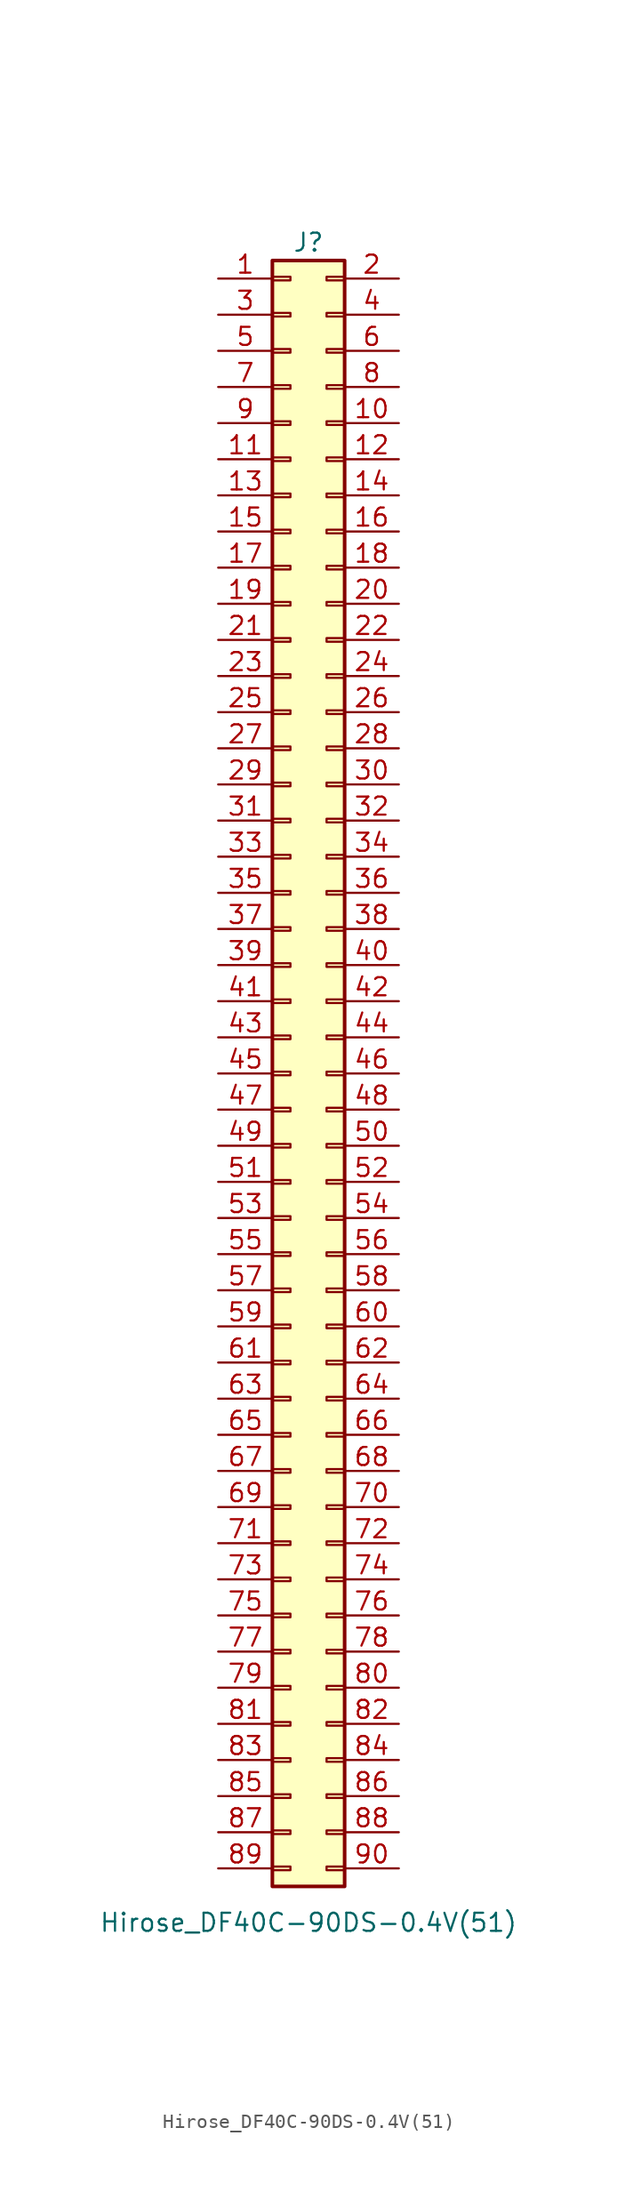
<source format=kicad_sym>
(kicad_symbol_lib
  (version 20210619)
  (generator kicad_symbol_editor)
  (symbol "Hirose_DF40C-90DS-0.4V(51)"
    (pin_names
      (offset 1.016) hide)
    (property "Reference" "J"
      (at 0 58.42 0)
      (effects (font (size 1.27 1.27))))
    (property "Value" "Hirose_DF40C-90DS-0.4V(51)"
      (at 0 -59.69 0)
      (effects (font (size 1.27 1.27))))
    (symbol "Hirose_DF40C-90DS-0.4V(51)_1_1"
      (rectangle (start -2.54 -55.753) (end -1.27 -56.007) (stroke (width 0.152)) (fill (type none)))
      (rectangle (start -2.54 -53.213) (end -1.27 -53.467) (stroke (width 0.152)) (fill (type none)))
      (rectangle (start -2.54 -50.673) (end -1.27 -50.927) (stroke (width 0.152)) (fill (type none)))
      (rectangle (start -2.54 -48.133) (end -1.27 -48.387) (stroke (width 0.152)) (fill (type none)))
      (rectangle (start -2.54 -45.593) (end -1.27 -45.847) (stroke (width 0.152)) (fill (type none)))
      (rectangle (start -2.54 -43.053) (end -1.27 -43.307) (stroke (width 0.152)) (fill (type none)))
      (rectangle (start -2.54 -40.513) (end -1.27 -40.767) (stroke (width 0.152)) (fill (type none)))
      (rectangle (start -2.54 -37.973) (end -1.27 -38.227) (stroke (width 0.152)) (fill (type none)))
      (rectangle (start -2.54 -35.433) (end -1.27 -35.687) (stroke (width 0.152)) (fill (type none)))
      (rectangle (start -2.54 -32.893) (end -1.27 -33.147) (stroke (width 0.152)) (fill (type none)))
      (rectangle (start -2.54 -30.353) (end -1.27 -30.607) (stroke (width 0.152)) (fill (type none)))
      (rectangle (start -2.54 -27.813) (end -1.27 -28.067) (stroke (width 0.152)) (fill (type none)))
      (rectangle (start -2.54 -25.273) (end -1.27 -25.527) (stroke (width 0.152)) (fill (type none)))
      (rectangle (start -2.54 -22.733) (end -1.27 -22.987) (stroke (width 0.152)) (fill (type none)))
      (rectangle (start -2.54 -20.193) (end -1.27 -20.447) (stroke (width 0.152)) (fill (type none)))
      (rectangle (start -2.54 -17.653) (end -1.27 -17.907) (stroke (width 0.152)) (fill (type none)))
      (rectangle (start -2.54 -15.113) (end -1.27 -15.367) (stroke (width 0.152)) (fill (type none)))
      (rectangle (start -2.54 -12.573) (end -1.27 -12.827) (stroke (width 0.152)) (fill (type none)))
      (rectangle (start -2.54 -10.033) (end -1.27 -10.287) (stroke (width 0.152)) (fill (type none)))
      (rectangle (start -2.54 -7.493) (end -1.27 -7.747) (stroke (width 0.152)) (fill (type none)))
      (rectangle (start -2.54 -4.953) (end -1.27 -5.207) (stroke (width 0.152)) (fill (type none)))
      (rectangle (start -2.54 -2.413) (end -1.27 -2.667) (stroke (width 0.152)) (fill (type none)))
      (rectangle (start -2.54 0.127) (end -1.27 -0.127) (stroke (width 0.152)) (fill (type none)))
      (rectangle (start -2.54 2.667) (end -1.27 2.413) (stroke (width 0.152)) (fill (type none)))
      (rectangle (start -2.54 5.207) (end -1.27 4.953) (stroke (width 0.152)) (fill (type none)))
      (rectangle (start -2.54 7.747) (end -1.27 7.493) (stroke (width 0.152)) (fill (type none)))
      (rectangle (start -2.54 10.287) (end -1.27 10.033) (stroke (width 0.152)) (fill (type none)))
      (rectangle (start -2.54 12.827) (end -1.27 12.573) (stroke (width 0.152)) (fill (type none)))
      (rectangle (start -2.54 15.367) (end -1.27 15.113) (stroke (width 0.152)) (fill (type none)))
      (rectangle (start -2.54 17.907) (end -1.27 17.653) (stroke (width 0.152)) (fill (type none)))
      (rectangle (start -2.54 20.447) (end -1.27 20.193) (stroke (width 0.152)) (fill (type none)))
      (rectangle (start -2.54 22.987) (end -1.27 22.733) (stroke (width 0.152)) (fill (type none)))
      (rectangle (start -2.54 25.527) (end -1.27 25.273) (stroke (width 0.152)) (fill (type none)))
      (rectangle (start -2.54 28.067) (end -1.27 27.813) (stroke (width 0.152)) (fill (type none)))
      (rectangle (start -2.54 30.607) (end -1.27 30.353) (stroke (width 0.152)) (fill (type none)))
      (rectangle (start -2.54 33.147) (end -1.27 32.893) (stroke (width 0.152)) (fill (type none)))
      (rectangle (start -2.54 35.687) (end -1.27 35.433) (stroke (width 0.152)) (fill (type none)))
      (rectangle (start -2.54 38.227) (end -1.27 37.973) (stroke (width 0.152)) (fill (type none)))
      (rectangle (start -2.54 40.767) (end -1.27 40.513) (stroke (width 0.152)) (fill (type none)))
      (rectangle (start -2.54 43.307) (end -1.27 43.053) (stroke (width 0.152)) (fill (type none)))
      (rectangle (start -2.54 45.847) (end -1.27 45.593) (stroke (width 0.152)) (fill (type none)))
      (rectangle (start -2.54 48.387) (end -1.27 48.133) (stroke (width 0.152)) (fill (type none)))
      (rectangle (start -2.54 50.927) (end -1.27 50.673) (stroke (width 0.152)) (fill (type none)))
      (rectangle (start -2.54 53.467) (end -1.27 53.213) (stroke (width 0.152)) (fill (type none)))
      (rectangle (start -2.54 56.007) (end -1.27 55.753) (stroke (width 0.152)) (fill (type none)))
      (rectangle (start 2.54 -55.753) (end 1.27 -56.007) (stroke (width 0.152)) (fill (type none)))
      (rectangle (start 2.54 -53.213) (end 1.27 -53.467) (stroke (width 0.152)) (fill (type none)))
      (rectangle (start 2.54 -50.673) (end 1.27 -50.927) (stroke (width 0.152)) (fill (type none)))
      (rectangle (start 2.54 -48.133) (end 1.27 -48.387) (stroke (width 0.152)) (fill (type none)))
      (rectangle (start 2.54 -45.593) (end 1.27 -45.847) (stroke (width 0.152)) (fill (type none)))
      (rectangle (start 2.54 -43.053) (end 1.27 -43.307) (stroke (width 0.152)) (fill (type none)))
      (rectangle (start 2.54 -40.513) (end 1.27 -40.767) (stroke (width 0.152)) (fill (type none)))
      (rectangle (start 2.54 -37.973) (end 1.27 -38.227) (stroke (width 0.152)) (fill (type none)))
      (rectangle (start 2.54 -35.433) (end 1.27 -35.687) (stroke (width 0.152)) (fill (type none)))
      (rectangle (start 2.54 -32.893) (end 1.27 -33.147) (stroke (width 0.152)) (fill (type none)))
      (rectangle (start 2.54 -30.353) (end 1.27 -30.607) (stroke (width 0.152)) (fill (type none)))
      (rectangle (start 2.54 -27.813) (end 1.27 -28.067) (stroke (width 0.152)) (fill (type none)))
      (rectangle (start 2.54 -25.273) (end 1.27 -25.527) (stroke (width 0.152)) (fill (type none)))
      (rectangle (start 2.54 -22.733) (end 1.27 -22.987) (stroke (width 0.152)) (fill (type none)))
      (rectangle (start 2.54 -20.193) (end 1.27 -20.447) (stroke (width 0.152)) (fill (type none)))
      (rectangle (start 2.54 -17.653) (end 1.27 -17.907) (stroke (width 0.152)) (fill (type none)))
      (rectangle (start 2.54 -15.113) (end 1.27 -15.367) (stroke (width 0.152)) (fill (type none)))
      (rectangle (start 2.54 -12.573) (end 1.27 -12.827) (stroke (width 0.152)) (fill (type none)))
      (rectangle (start 2.54 -10.033) (end 1.27 -10.287) (stroke (width 0.152)) (fill (type none)))
      (rectangle (start 2.54 -7.493) (end 1.27 -7.747) (stroke (width 0.152)) (fill (type none)))
      (rectangle (start 2.54 -4.953) (end 1.27 -5.207) (stroke (width 0.152)) (fill (type none)))
      (rectangle (start 2.54 -2.413) (end 1.27 -2.667) (stroke (width 0.152)) (fill (type none)))
      (rectangle (start 2.54 0.127) (end 1.27 -0.127) (stroke (width 0.152)) (fill (type none)))
      (rectangle (start 2.54 2.667) (end 1.27 2.413) (stroke (width 0.152)) (fill (type none)))
      (rectangle (start 2.54 5.207) (end 1.27 4.953) (stroke (width 0.152)) (fill (type none)))
      (rectangle (start 2.54 7.747) (end 1.27 7.493) (stroke (width 0.152)) (fill (type none)))
      (rectangle (start 2.54 10.287) (end 1.27 10.033) (stroke (width 0.152)) (fill (type none)))
      (rectangle (start 2.54 12.827) (end 1.27 12.573) (stroke (width 0.152)) (fill (type none)))
      (rectangle (start 2.54 15.367) (end 1.27 15.113) (stroke (width 0.152)) (fill (type none)))
      (rectangle (start 2.54 17.907) (end 1.27 17.653) (stroke (width 0.152)) (fill (type none)))
      (rectangle (start 2.54 20.447) (end 1.27 20.193) (stroke (width 0.152)) (fill (type none)))
      (rectangle (start 2.54 22.987) (end 1.27 22.733) (stroke (width 0.152)) (fill (type none)))
      (rectangle (start 2.54 25.527) (end 1.27 25.273) (stroke (width 0.152)) (fill (type none)))
      (rectangle (start 2.54 28.067) (end 1.27 27.813) (stroke (width 0.152)) (fill (type none)))
      (rectangle (start 2.54 30.607) (end 1.27 30.353) (stroke (width 0.152)) (fill (type none)))
      (rectangle (start 2.54 33.147) (end 1.27 32.893) (stroke (width 0.152)) (fill (type none)))
      (rectangle (start 2.54 35.687) (end 1.27 35.433) (stroke (width 0.152)) (fill (type none)))
      (rectangle (start 2.54 38.227) (end 1.27 37.973) (stroke (width 0.152)) (fill (type none)))
      (rectangle (start 2.54 40.767) (end 1.27 40.513) (stroke (width 0.152)) (fill (type none)))
      (rectangle (start 2.54 43.307) (end 1.27 43.053) (stroke (width 0.152)) (fill (type none)))
      (rectangle (start 2.54 45.847) (end 1.27 45.593) (stroke (width 0.152)) (fill (type none)))
      (rectangle (start 2.54 48.387) (end 1.27 48.133) (stroke (width 0.152)) (fill (type none)))
      (rectangle (start 2.54 50.927) (end 1.27 50.673) (stroke (width 0.152)) (fill (type none)))
      (rectangle (start 2.54 53.467) (end 1.27 53.213) (stroke (width 0.152)) (fill (type none)))
      (rectangle (start 2.54 56.007) (end 1.27 55.753) (stroke (width 0.152)) (fill (type none)))
      (rectangle (start -2.54 57.15) (end 2.54 -57.15) (stroke (width 0.254)) (fill (type background)))
      (pin passive line (at -6.35 55.88 0) (length 3.81) (name "Pin_1" (effects (font (size 1.27 1.27)))) (number "1" (effects (font (size 1.27 1.27)))))
      (pin passive line (at 6.35 45.72 180) (length 3.81) (name "Pin_10" (effects (font (size 1.27 1.27)))) (number "10" (effects (font (size 1.27 1.27)))))
      (pin passive line (at -6.35 43.18 0) (length 3.81) (name "Pin_11" (effects (font (size 1.27 1.27)))) (number "11" (effects (font (size 1.27 1.27)))))
      (pin passive line (at 6.35 43.18 180) (length 3.81) (name "Pin_12" (effects (font (size 1.27 1.27)))) (number "12" (effects (font (size 1.27 1.27)))))
      (pin passive line (at -6.35 40.64 0) (length 3.81) (name "Pin_13" (effects (font (size 1.27 1.27)))) (number "13" (effects (font (size 1.27 1.27)))))
      (pin passive line (at 6.35 40.64 180) (length 3.81) (name "Pin_14" (effects (font (size 1.27 1.27)))) (number "14" (effects (font (size 1.27 1.27)))))
      (pin passive line (at -6.35 38.1 0) (length 3.81) (name "Pin_15" (effects (font (size 1.27 1.27)))) (number "15" (effects (font (size 1.27 1.27)))))
      (pin passive line (at 6.35 38.1 180) (length 3.81) (name "Pin_16" (effects (font (size 1.27 1.27)))) (number "16" (effects (font (size 1.27 1.27)))))
      (pin passive line (at -6.35 35.56 0) (length 3.81) (name "Pin_17" (effects (font (size 1.27 1.27)))) (number "17" (effects (font (size 1.27 1.27)))))
      (pin passive line (at 6.35 35.56 180) (length 3.81) (name "Pin_18" (effects (font (size 1.27 1.27)))) (number "18" (effects (font (size 1.27 1.27)))))
      (pin passive line (at -6.35 33.02 0) (length 3.81) (name "Pin_19" (effects (font (size 1.27 1.27)))) (number "19" (effects (font (size 1.27 1.27)))))
      (pin passive line (at 6.35 55.88 180) (length 3.81) (name "Pin_2" (effects (font (size 1.27 1.27)))) (number "2" (effects (font (size 1.27 1.27)))))
      (pin passive line (at 6.35 33.02 180) (length 3.81) (name "Pin_20" (effects (font (size 1.27 1.27)))) (number "20" (effects (font (size 1.27 1.27)))))
      (pin passive line (at -6.35 30.48 0) (length 3.81) (name "Pin_21" (effects (font (size 1.27 1.27)))) (number "21" (effects (font (size 1.27 1.27)))))
      (pin passive line (at 6.35 30.48 180) (length 3.81) (name "Pin_22" (effects (font (size 1.27 1.27)))) (number "22" (effects (font (size 1.27 1.27)))))
      (pin passive line (at -6.35 27.94 0) (length 3.81) (name "Pin_23" (effects (font (size 1.27 1.27)))) (number "23" (effects (font (size 1.27 1.27)))))
      (pin passive line (at 6.35 27.94 180) (length 3.81) (name "Pin_24" (effects (font (size 1.27 1.27)))) (number "24" (effects (font (size 1.27 1.27)))))
      (pin passive line (at -6.35 25.4 0) (length 3.81) (name "Pin_25" (effects (font (size 1.27 1.27)))) (number "25" (effects (font (size 1.27 1.27)))))
      (pin passive line (at 6.35 25.4 180) (length 3.81) (name "Pin_26" (effects (font (size 1.27 1.27)))) (number "26" (effects (font (size 1.27 1.27)))))
      (pin passive line (at -6.35 22.86 0) (length 3.81) (name "Pin_27" (effects (font (size 1.27 1.27)))) (number "27" (effects (font (size 1.27 1.27)))))
      (pin passive line (at 6.35 22.86 180) (length 3.81) (name "Pin_28" (effects (font (size 1.27 1.27)))) (number "28" (effects (font (size 1.27 1.27)))))
      (pin passive line (at -6.35 20.32 0) (length 3.81) (name "Pin_29" (effects (font (size 1.27 1.27)))) (number "29" (effects (font (size 1.27 1.27)))))
      (pin passive line (at -6.35 53.34 0) (length 3.81) (name "Pin_3" (effects (font (size 1.27 1.27)))) (number "3" (effects (font (size 1.27 1.27)))))
      (pin passive line (at 6.35 20.32 180) (length 3.81) (name "Pin_30" (effects (font (size 1.27 1.27)))) (number "30" (effects (font (size 1.27 1.27)))))
      (pin passive line (at -6.35 17.78 0) (length 3.81) (name "Pin_31" (effects (font (size 1.27 1.27)))) (number "31" (effects (font (size 1.27 1.27)))))
      (pin passive line (at 6.35 17.78 180) (length 3.81) (name "Pin_32" (effects (font (size 1.27 1.27)))) (number "32" (effects (font (size 1.27 1.27)))))
      (pin passive line (at -6.35 15.24 0) (length 3.81) (name "Pin_33" (effects (font (size 1.27 1.27)))) (number "33" (effects (font (size 1.27 1.27)))))
      (pin passive line (at 6.35 15.24 180) (length 3.81) (name "Pin_34" (effects (font (size 1.27 1.27)))) (number "34" (effects (font (size 1.27 1.27)))))
      (pin passive line (at -6.35 12.7 0) (length 3.81) (name "Pin_35" (effects (font (size 1.27 1.27)))) (number "35" (effects (font (size 1.27 1.27)))))
      (pin passive line (at 6.35 12.7 180) (length 3.81) (name "Pin_36" (effects (font (size 1.27 1.27)))) (number "36" (effects (font (size 1.27 1.27)))))
      (pin passive line (at -6.35 10.16 0) (length 3.81) (name "Pin_37" (effects (font (size 1.27 1.27)))) (number "37" (effects (font (size 1.27 1.27)))))
      (pin passive line (at 6.35 10.16 180) (length 3.81) (name "Pin_38" (effects (font (size 1.27 1.27)))) (number "38" (effects (font (size 1.27 1.27)))))
      (pin passive line (at -6.35 7.62 0) (length 3.81) (name "Pin_39" (effects (font (size 1.27 1.27)))) (number "39" (effects (font (size 1.27 1.27)))))
      (pin passive line (at 6.35 53.34 180) (length 3.81) (name "Pin_4" (effects (font (size 1.27 1.27)))) (number "4" (effects (font (size 1.27 1.27)))))
      (pin passive line (at 6.35 7.62 180) (length 3.81) (name "Pin_40" (effects (font (size 1.27 1.27)))) (number "40" (effects (font (size 1.27 1.27)))))
      (pin passive line (at -6.35 5.08 0) (length 3.81) (name "Pin_41" (effects (font (size 1.27 1.27)))) (number "41" (effects (font (size 1.27 1.27)))))
      (pin passive line (at 6.35 5.08 180) (length 3.81) (name "Pin_42" (effects (font (size 1.27 1.27)))) (number "42" (effects (font (size 1.27 1.27)))))
      (pin passive line (at -6.35 2.54 0) (length 3.81) (name "Pin_43" (effects (font (size 1.27 1.27)))) (number "43" (effects (font (size 1.27 1.27)))))
      (pin passive line (at 6.35 2.54 180) (length 3.81) (name "Pin_44" (effects (font (size 1.27 1.27)))) (number "44" (effects (font (size 1.27 1.27)))))
      (pin passive line (at -6.35 0 0) (length 3.81) (name "Pin_45" (effects (font (size 1.27 1.27)))) (number "45" (effects (font (size 1.27 1.27)))))
      (pin passive line (at 6.35 0 180) (length 3.81) (name "Pin_46" (effects (font (size 1.27 1.27)))) (number "46" (effects (font (size 1.27 1.27)))))
      (pin passive line (at -6.35 -2.54 0) (length 3.81) (name "Pin_47" (effects (font (size 1.27 1.27)))) (number "47" (effects (font (size 1.27 1.27)))))
      (pin passive line (at 6.35 -2.54 180) (length 3.81) (name "Pin_48" (effects (font (size 1.27 1.27)))) (number "48" (effects (font (size 1.27 1.27)))))
      (pin passive line (at -6.35 -5.08 0) (length 3.81) (name "Pin_49" (effects (font (size 1.27 1.27)))) (number "49" (effects (font (size 1.27 1.27)))))
      (pin passive line (at -6.35 50.8 0) (length 3.81) (name "Pin_5" (effects (font (size 1.27 1.27)))) (number "5" (effects (font (size 1.27 1.27)))))
      (pin passive line (at 6.35 -5.08 180) (length 3.81) (name "Pin_50" (effects (font (size 1.27 1.27)))) (number "50" (effects (font (size 1.27 1.27)))))
      (pin passive line (at -6.35 -7.62 0) (length 3.81) (name "Pin_51" (effects (font (size 1.27 1.27)))) (number "51" (effects (font (size 1.27 1.27)))))
      (pin passive line (at 6.35 -7.62 180) (length 3.81) (name "Pin_52" (effects (font (size 1.27 1.27)))) (number "52" (effects (font (size 1.27 1.27)))))
      (pin passive line (at -6.35 -10.16 0) (length 3.81) (name "Pin_53" (effects (font (size 1.27 1.27)))) (number "53" (effects (font (size 1.27 1.27)))))
      (pin passive line (at 6.35 -10.16 180) (length 3.81) (name "Pin_54" (effects (font (size 1.27 1.27)))) (number "54" (effects (font (size 1.27 1.27)))))
      (pin passive line (at -6.35 -12.7 0) (length 3.81) (name "Pin_55" (effects (font (size 1.27 1.27)))) (number "55" (effects (font (size 1.27 1.27)))))
      (pin passive line (at 6.35 -12.7 180) (length 3.81) (name "Pin_56" (effects (font (size 1.27 1.27)))) (number "56" (effects (font (size 1.27 1.27)))))
      (pin passive line (at -6.35 -15.24 0) (length 3.81) (name "Pin_57" (effects (font (size 1.27 1.27)))) (number "57" (effects (font (size 1.27 1.27)))))
      (pin passive line (at 6.35 -15.24 180) (length 3.81) (name "Pin_58" (effects (font (size 1.27 1.27)))) (number "58" (effects (font (size 1.27 1.27)))))
      (pin passive line (at -6.35 -17.78 0) (length 3.81) (name "Pin_59" (effects (font (size 1.27 1.27)))) (number "59" (effects (font (size 1.27 1.27)))))
      (pin passive line (at 6.35 50.8 180) (length 3.81) (name "Pin_6" (effects (font (size 1.27 1.27)))) (number "6" (effects (font (size 1.27 1.27)))))
      (pin passive line (at 6.35 -17.78 180) (length 3.81) (name "Pin_60" (effects (font (size 1.27 1.27)))) (number "60" (effects (font (size 1.27 1.27)))))
      (pin passive line (at -6.35 -20.32 0) (length 3.81) (name "Pin_61" (effects (font (size 1.27 1.27)))) (number "61" (effects (font (size 1.27 1.27)))))
      (pin passive line (at 6.35 -20.32 180) (length 3.81) (name "Pin_62" (effects (font (size 1.27 1.27)))) (number "62" (effects (font (size 1.27 1.27)))))
      (pin passive line (at -6.35 -22.86 0) (length 3.81) (name "Pin_63" (effects (font (size 1.27 1.27)))) (number "63" (effects (font (size 1.27 1.27)))))
      (pin passive line (at 6.35 -22.86 180) (length 3.81) (name "Pin_64" (effects (font (size 1.27 1.27)))) (number "64" (effects (font (size 1.27 1.27)))))
      (pin passive line (at -6.35 -25.4 0) (length 3.81) (name "Pin_65" (effects (font (size 1.27 1.27)))) (number "65" (effects (font (size 1.27 1.27)))))
      (pin passive line (at 6.35 -25.4 180) (length 3.81) (name "Pin_66" (effects (font (size 1.27 1.27)))) (number "66" (effects (font (size 1.27 1.27)))))
      (pin passive line (at -6.35 -27.94 0) (length 3.81) (name "Pin_67" (effects (font (size 1.27 1.27)))) (number "67" (effects (font (size 1.27 1.27)))))
      (pin passive line (at 6.35 -27.94 180) (length 3.81) (name "Pin_68" (effects (font (size 1.27 1.27)))) (number "68" (effects (font (size 1.27 1.27)))))
      (pin passive line (at -6.35 -30.48 0) (length 3.81) (name "Pin_69" (effects (font (size 1.27 1.27)))) (number "69" (effects (font (size 1.27 1.27)))))
      (pin passive line (at -6.35 48.26 0) (length 3.81) (name "Pin_7" (effects (font (size 1.27 1.27)))) (number "7" (effects (font (size 1.27 1.27)))))
      (pin passive line (at 6.35 -30.48 180) (length 3.81) (name "Pin_70" (effects (font (size 1.27 1.27)))) (number "70" (effects (font (size 1.27 1.27)))))
      (pin passive line (at -6.35 -33.02 0) (length 3.81) (name "Pin_71" (effects (font (size 1.27 1.27)))) (number "71" (effects (font (size 1.27 1.27)))))
      (pin passive line (at 6.35 -33.02 180) (length 3.81) (name "Pin_72" (effects (font (size 1.27 1.27)))) (number "72" (effects (font (size 1.27 1.27)))))
      (pin passive line (at -6.35 -35.56 0) (length 3.81) (name "Pin_73" (effects (font (size 1.27 1.27)))) (number "73" (effects (font (size 1.27 1.27)))))
      (pin passive line (at 6.35 -35.56 180) (length 3.81) (name "Pin_74" (effects (font (size 1.27 1.27)))) (number "74" (effects (font (size 1.27 1.27)))))
      (pin passive line (at -6.35 -38.1 0) (length 3.81) (name "Pin_75" (effects (font (size 1.27 1.27)))) (number "75" (effects (font (size 1.27 1.27)))))
      (pin passive line (at 6.35 -38.1 180) (length 3.81) (name "Pin_76" (effects (font (size 1.27 1.27)))) (number "76" (effects (font (size 1.27 1.27)))))
      (pin passive line (at -6.35 -40.64 0) (length 3.81) (name "Pin_77" (effects (font (size 1.27 1.27)))) (number "77" (effects (font (size 1.27 1.27)))))
      (pin passive line (at 6.35 -40.64 180) (length 3.81) (name "Pin_78" (effects (font (size 1.27 1.27)))) (number "78" (effects (font (size 1.27 1.27)))))
      (pin passive line (at -6.35 -43.18 0) (length 3.81) (name "Pin_79" (effects (font (size 1.27 1.27)))) (number "79" (effects (font (size 1.27 1.27)))))
      (pin passive line (at 6.35 48.26 180) (length 3.81) (name "Pin_8" (effects (font (size 1.27 1.27)))) (number "8" (effects (font (size 1.27 1.27)))))
      (pin passive line (at 6.35 -43.18 180) (length 3.81) (name "Pin_80" (effects (font (size 1.27 1.27)))) (number "80" (effects (font (size 1.27 1.27)))))
      (pin passive line (at -6.35 -45.72 0) (length 3.81) (name "Pin_81" (effects (font (size 1.27 1.27)))) (number "81" (effects (font (size 1.27 1.27)))))
      (pin passive line (at 6.35 -45.72 180) (length 3.81) (name "Pin_82" (effects (font (size 1.27 1.27)))) (number "82" (effects (font (size 1.27 1.27)))))
      (pin passive line (at -6.35 -48.26 0) (length 3.81) (name "Pin_83" (effects (font (size 1.27 1.27)))) (number "83" (effects (font (size 1.27 1.27)))))
      (pin passive line (at 6.35 -48.26 180) (length 3.81) (name "Pin_84" (effects (font (size 1.27 1.27)))) (number "84" (effects (font (size 1.27 1.27)))))
      (pin passive line (at -6.35 -50.8 0) (length 3.81) (name "Pin_85" (effects (font (size 1.27 1.27)))) (number "85" (effects (font (size 1.27 1.27)))))
      (pin passive line (at 6.35 -50.8 180) (length 3.81) (name "Pin_86" (effects (font (size 1.27 1.27)))) (number "86" (effects (font (size 1.27 1.27)))))
      (pin passive line (at -6.35 -53.34 0) (length 3.81) (name "Pin_87" (effects (font (size 1.27 1.27)))) (number "87" (effects (font (size 1.27 1.27)))))
      (pin passive line (at 6.35 -53.34 180) (length 3.81) (name "Pin_88" (effects (font (size 1.27 1.27)))) (number "88" (effects (font (size 1.27 1.27)))))
      (pin passive line (at -6.35 -55.88 0) (length 3.81) (name "Pin_89" (effects (font (size 1.27 1.27)))) (number "89" (effects (font (size 1.27 1.27)))))
      (pin passive line (at -6.35 45.72 0) (length 3.81) (name "Pin_9" (effects (font (size 1.27 1.27)))) (number "9" (effects (font (size 1.27 1.27)))))
      (pin passive line (at 6.35 -55.88 180) (length 3.81) (name "Pin_90" (effects (font (size 1.27 1.27)))) (number "90" (effects (font (size 1.27 1.27))))))))
</source>
